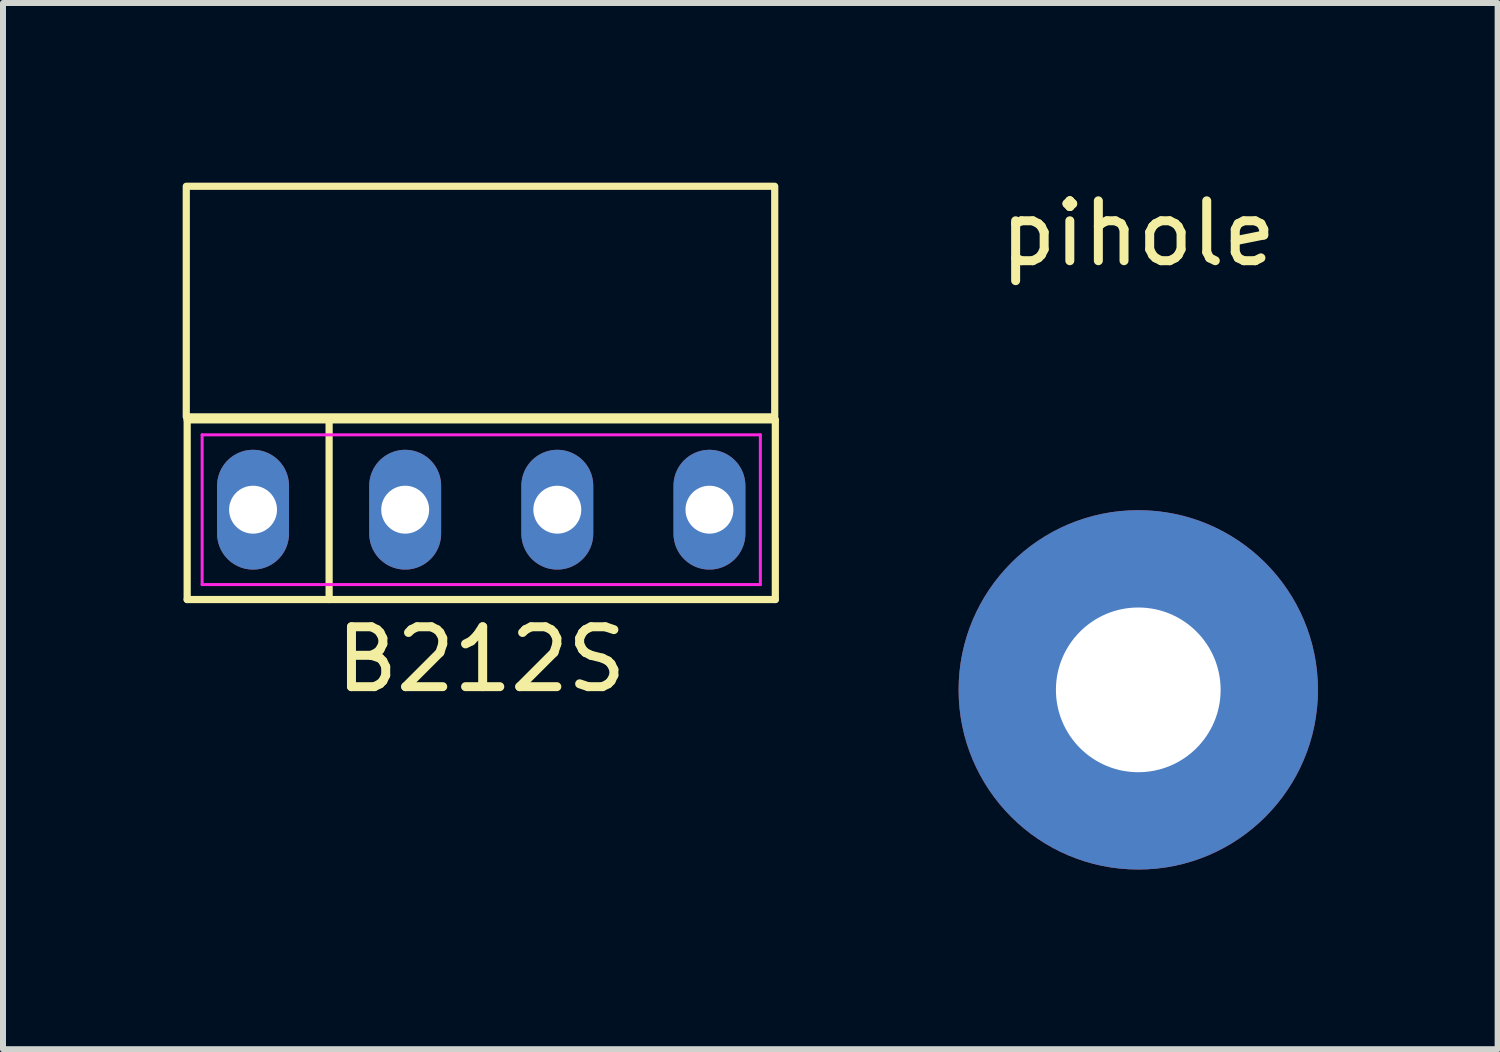
<source format=kicad_pcb>
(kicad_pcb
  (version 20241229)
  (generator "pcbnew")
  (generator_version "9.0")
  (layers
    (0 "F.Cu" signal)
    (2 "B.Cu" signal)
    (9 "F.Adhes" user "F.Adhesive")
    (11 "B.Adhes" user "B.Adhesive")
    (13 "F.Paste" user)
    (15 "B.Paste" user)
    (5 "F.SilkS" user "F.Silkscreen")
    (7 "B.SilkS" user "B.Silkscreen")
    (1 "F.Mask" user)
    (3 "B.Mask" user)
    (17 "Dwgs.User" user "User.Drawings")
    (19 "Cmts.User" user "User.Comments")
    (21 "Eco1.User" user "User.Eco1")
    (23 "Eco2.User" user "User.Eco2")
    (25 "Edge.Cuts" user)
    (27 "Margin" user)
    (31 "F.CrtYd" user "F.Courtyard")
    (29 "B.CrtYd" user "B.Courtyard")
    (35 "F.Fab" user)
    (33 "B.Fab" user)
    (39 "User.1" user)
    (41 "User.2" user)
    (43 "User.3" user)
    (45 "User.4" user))
  (footprint "pihole"
    (layer "F.Cu")
    (at 15.955 8.468)
    (property "Reference" "pihole" (at 0 -7.62 0) (unlocked yes) (layer "F.SilkS") (effects (font (size 1 1) (thickness 0.15))))
    (attr through_hole)
    (pad "" thru_hole circle (at 0 0) (size 6 6) (drill 2.75) (layers "*.Cu" "*.Mask")))
  (footprint "B212S"
    (layer "F.Cu")
    (at 4.985 5.46)
    (property "Reference" "B212S" (at 0 2.5 0) (layer "F.SilkS") (effects (font (size 1 1) (thickness 0.15))))
    (fp_line (start -4.91 -1.5) (end 4.91 -1.5) (stroke (width 0.12) (type solid)) (layer "F.SilkS"))
    (fp_line (start -4.91 1.5) (end -4.91 -1.5) (stroke (width 0.12) (type solid)) (layer "F.SilkS"))
    (fp_line (start -2.54 -1.5) (end -2.54 1.5) (stroke (width 0.12) (type solid)) (layer "F.SilkS"))
    (fp_line (start 4.91 -1.5) (end 4.91 1.5) (stroke (width 0.12) (type solid)) (layer "F.SilkS"))
    (fp_line (start 4.91 1.5) (end -4.91 1.5) (stroke (width 0.12) (type solid)) (layer "F.SilkS"))
    (fp_rect (start 4.9 -1.55) (end -4.925 -5.4) (stroke (width 0.12) (type solid)) (fill no) (layer "F.SilkS"))
    (fp_line (start -4.66 -1.25) (end 4.66 -1.25) (stroke (width 0.05) (type solid)) (layer "F.CrtYd"))
    (fp_line (start -4.66 1.25) (end -4.66 -1.25) (stroke (width 0.05) (type solid)) (layer "F.CrtYd"))
    (fp_line (start 4.66 -1.25) (end 4.66 1.25) (stroke (width 0.05) (type solid)) (layer "F.CrtYd"))
    (fp_line (start 4.66 1.25) (end -4.66 1.25) (stroke (width 0.05) (type solid)) (layer "F.CrtYd"))
    (pad "1" thru_hole oval (at -3.81 0) (size 1.2 2) (drill 0.8) (layers "*.Cu" "*.Mask"))
    (pad "2" thru_hole oval (at -1.27 0) (size 1.2 2) (drill 0.8) (layers "*.Cu" "*.Mask"))
    (pad "3" thru_hole oval (at 1.27 0) (size 1.2 2) (drill 0.8) (layers "*.Cu" "*.Mask"))
    (pad "4" thru_hole oval (at 3.81 0) (size 1.2 2) (drill 0.8) (layers "*.Cu" "*.Mask")))
  (gr_rect
    (start -3 -3)
    (end 21.955 14.468)
    (stroke (width 0.1) (type default))
    (fill no)
    (layer "Edge.Cuts")))
</source>
